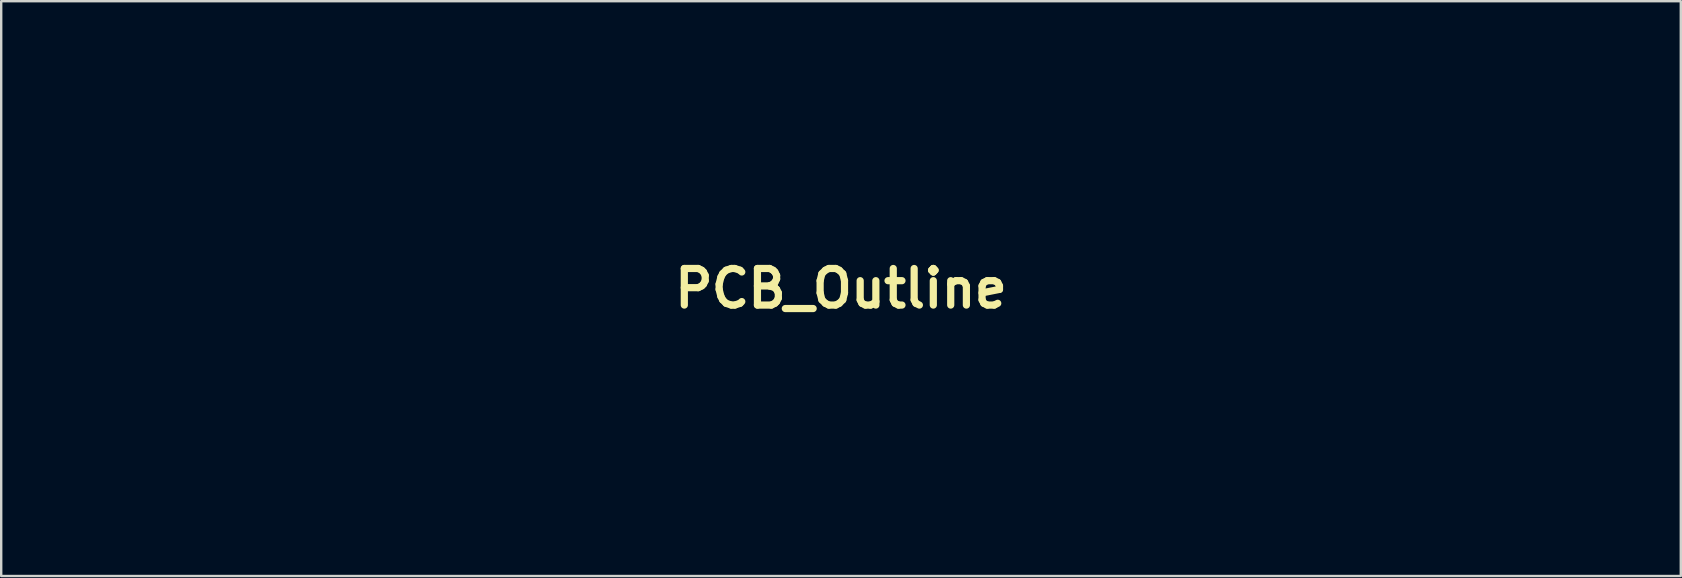
<source format=kicad_pcb>
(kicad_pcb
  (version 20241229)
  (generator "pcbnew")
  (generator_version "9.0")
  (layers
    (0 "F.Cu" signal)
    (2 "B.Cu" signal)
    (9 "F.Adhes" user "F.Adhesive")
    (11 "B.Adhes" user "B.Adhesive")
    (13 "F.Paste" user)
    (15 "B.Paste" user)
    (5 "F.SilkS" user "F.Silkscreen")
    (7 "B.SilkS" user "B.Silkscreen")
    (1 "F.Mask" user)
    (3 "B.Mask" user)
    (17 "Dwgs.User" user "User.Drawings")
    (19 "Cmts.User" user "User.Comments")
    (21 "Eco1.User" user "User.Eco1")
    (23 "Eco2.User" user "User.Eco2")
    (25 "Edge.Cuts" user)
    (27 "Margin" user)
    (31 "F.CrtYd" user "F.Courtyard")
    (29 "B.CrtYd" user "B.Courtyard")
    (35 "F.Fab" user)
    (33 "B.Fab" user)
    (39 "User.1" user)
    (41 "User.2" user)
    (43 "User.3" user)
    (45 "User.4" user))
  (footprint "PCB_Outline"
    (layer "F.Cu")
    (at 32.003 8.975)
    (property "Reference" "PCB_Outline" (at 0 0 0) (layer "F.SilkS") (effects (font (size 1.524 1.524) (thickness 0.3))))
    (attr through_hole)
    (fp_poly (pts (xy 30.796 -8.861) (xy 31.143 -8.658) (xy 31.442 -8.399) (xy 31.686 -8.094) (xy 31.867 -7.75) (xy 31.902 -7.657) (xy 31.996 -7.386) (xy 31.986 0.046) (xy 31.976 7.479) (xy 31.83 7.785) (xy 31.621 8.133) (xy 31.352 8.436) (xy 31.032 8.684) (xy 30.67 8.869) (xy 30.638 8.882) (xy 30.405 8.97) (xy 0.118 8.976) (xy -1.793 8.976) (xy -3.65 8.976) (xy -5.452 8.977) (xy -7.2 8.977) (xy -8.891 8.976) (xy -10.526 8.976) (xy -12.102 8.976) (xy -13.62 8.975) (xy -15.078 8.975) (xy -16.476 8.974) (xy -17.812 8.974) (xy -19.086 8.973) (xy -20.296 8.972) (xy -21.443 8.971) (xy -22.525 8.97) (xy -23.541 8.969) (xy -24.49 8.967) (xy -25.372 8.966) (xy -26.185 8.964) (xy -26.929 8.963) (xy -27.602 8.961) (xy -28.205 8.96) (xy -28.735 8.958) (xy -29.193 8.956) (xy -29.577 8.954) (xy -29.886 8.952) (xy -30.119 8.95) (xy -30.277 8.947) (xy -30.356 8.945) (xy -30.366 8.944) (xy -30.704 8.842) (xy -31.023 8.672) (xy -31.313 8.445) (xy -31.563 8.171) (xy -31.763 7.862) (xy -31.903 7.527) (xy -31.953 7.324) (xy -31.958 7.256) (xy -31.963 7.113) (xy -31.966 6.988) (xy -30.15 6.988) (xy -30.15 7.459) (xy -29.208 7.459) (xy -29.208 6.988) (xy -24.693 6.988) (xy -24.693 7.459) (xy -22.77 7.459) (xy -22.77 7.223) (xy -18.844 7.223) (xy -18.844 7.93) (xy -18.137 7.93) (xy -18.137 7.223) (xy -16.292 7.223) (xy -16.292 7.93) (xy -15.585 7.93) (xy -15.585 7.223) (xy -13.74 7.223) (xy -13.74 7.93) (xy -13.034 7.93) (xy -13.034 7.223) (xy -11.228 7.223) (xy -11.228 7.93) (xy -10.521 7.93) (xy -10.521 7.223) (xy -8.676 7.223) (xy -8.676 7.93) (xy -7.969 7.93) (xy -7.969 7.223) (xy -6.164 7.223) (xy -6.164 7.93) (xy -5.418 7.93) (xy -5.418 7.223) (xy -3.612 7.223) (xy -3.612 7.93) (xy -2.905 7.93) (xy -2.905 7.223) (xy -1.06 7.223) (xy -1.06 7.93) (xy -0.353 7.93) (xy -0.353 7.223) (xy 1.453 7.223) (xy 1.453 7.93) (xy 2.159 7.93) (xy 2.159 7.223) (xy 4.004 7.223) (xy 4.004 7.93) (xy 4.711 7.93) (xy 4.711 7.223) (xy 6.556 7.223) (xy 6.556 7.93) (xy 7.263 7.93) (xy 7.263 7.223) (xy 9.069 7.223) (xy 9.069 7.93) (xy 9.775 7.93) (xy 9.775 7.223) (xy 11.62 7.223) (xy 11.62 7.93) (xy 12.327 7.93) (xy 12.327 7.223) (xy 14.172 7.223) (xy 14.172 7.93) (xy 14.879 7.93) (xy 14.879 7.223) (xy 16.685 7.223) (xy 16.685 7.93) (xy 17.391 7.93) (xy 17.391 7.223) (xy 16.685 7.223) (xy 14.879 7.223) (xy 14.172 7.223) (xy 12.327 7.223) (xy 11.62 7.223) (xy 9.775 7.223) (xy 9.069 7.223) (xy 7.263 7.223) (xy 6.556 7.223) (xy 4.711 7.223) (xy 4.004 7.223) (xy 2.159 7.223) (xy 1.453 7.223) (xy -0.353 7.223) (xy -1.06 7.223) (xy -2.905 7.223) (xy -3.612 7.223) (xy -5.418 7.223) (xy -6.164 7.223) (xy -7.969 7.223) (xy -8.676 7.223) (xy -10.521 7.223) (xy -11.228 7.223) (xy -13.034 7.223) (xy -13.74 7.223) (xy -15.585 7.223) (xy -16.292 7.223) (xy -18.137 7.223) (xy -18.844 7.223) (xy -22.77 7.223) (xy -22.77 6.988) (xy 22.77 6.988) (xy 22.77 7.459) (xy 24.733 7.459) (xy 24.733 6.988) (xy 29.247 6.988) (xy 29.247 7.459) (xy 30.189 7.459) (xy 30.189 6.988) (xy 29.247 6.988) (xy 24.733 6.988) (xy 22.77 6.988) (xy -22.77 6.988) (xy -24.693 6.988) (xy -29.208 6.988) (xy -30.15 6.988) (xy -31.966 6.988) (xy -31.968 6.902) (xy -31.972 6.627) (xy -31.976 6.293) (xy -31.98 5.904) (xy -31.983 5.466) (xy -31.986 4.984) (xy -31.987 4.868) (xy -11.228 4.868) (xy -11.228 5.575) (xy -10.521 5.575) (xy -10.521 4.868) (xy -8.676 4.868) (xy -8.676 5.575) (xy -7.969 5.575) (xy -7.969 4.868) (xy -6.164 4.868) (xy -6.164 5.575) (xy -5.418 5.575) (xy -5.418 4.868) (xy -3.612 4.868) (xy -3.612 5.575) (xy -2.905 5.575) (xy -2.905 4.868) (xy -1.06 4.868) (xy -1.06 5.575) (xy -0.353 5.575) (xy -0.353 4.868) (xy -1.06 4.868) (xy -2.905 4.868) (xy -3.612 4.868) (xy -5.418 4.868) (xy -6.164 4.868) (xy -7.969 4.868) (xy -8.676 4.868) (xy -10.521 4.868) (xy -11.228 4.868) (xy -31.987 4.868) (xy -31.989 4.462) (xy -31.991 3.904) (xy -31.993 3.317) (xy -31.995 2.705) (xy -31.995 2.316) (xy -11.228 2.316) (xy -11.228 3.023) (xy -10.521 3.023) (xy -10.521 2.316) (xy -8.676 2.316) (xy -8.676 3.023) (xy -7.969 3.023) (xy -7.969 2.316) (xy -6.164 2.316) (xy -6.164 3.023) (xy -5.418 3.023) (xy -5.418 2.316) (xy -3.612 2.316) (xy -3.612 3.023) (xy -2.905 3.023) (xy -2.905 2.316) (xy -1.06 2.316) (xy -1.06 3.023) (xy -0.353 3.023) (xy -0.353 2.316) (xy -1.06 2.316) (xy -2.905 2.316) (xy -3.612 2.316) (xy -5.418 2.316) (xy -6.164 2.316) (xy -7.969 2.316) (xy -8.676 2.316) (xy -10.521 2.316) (xy -11.228 2.316) (xy -31.995 2.316) (xy -31.996 2.073) (xy -31.997 1.425) (xy -31.997 0.766) (xy -31.998 0.102) (xy -31.997 -0.563) (xy -31.997 -1.224) (xy -31.996 -1.876) (xy -31.995 -2.515) (xy -31.994 -3.135) (xy -31.992 -3.732) (xy -31.99 -4.301) (xy -31.987 -4.836) (xy -31.984 -5.334) (xy -31.981 -5.788) (xy -31.978 -6.196) (xy -31.974 -6.55) (xy -31.97 -6.848) (xy -31.965 -7.083) (xy -31.96 -7.251) (xy -31.955 -7.347) (xy -31.953 -7.364) (xy -31.914 -7.498) (xy -30.15 -7.498) (xy -30.15 -7.027) (xy -29.208 -7.027) (xy -29.208 -7.498) (xy -24.693 -7.498) (xy -24.693 -7.027) (xy -22.77 -7.027) (xy -22.77 -7.498) (xy -24.693 -7.498) (xy -29.208 -7.498) (xy -30.15 -7.498) (xy -31.914 -7.498) (xy -31.849 -7.722) (xy -31.702 -8.009) (xy -18.844 -8.009) (xy -18.844 -7.263) (xy -18.137 -7.263) (xy -18.137 -8.009) (xy -16.292 -8.009) (xy -16.292 -7.263) (xy -15.585 -7.263) (xy -15.585 -8.009) (xy -13.74 -8.009) (xy -13.74 -7.263) (xy -13.034 -7.263) (xy -13.034 -8.009) (xy -11.228 -8.009) (xy -11.228 -7.263) (xy -10.521 -7.263) (xy -10.521 -8.009) (xy -8.676 -8.009) (xy -8.676 -7.263) (xy -7.969 -7.263) (xy -7.969 -8.009) (xy -6.164 -8.009) (xy -6.164 -7.263) (xy -5.418 -7.263) (xy -5.418 -8.009) (xy -3.612 -8.009) (xy -3.612 -7.263) (xy -2.905 -7.263) (xy -2.905 -8.009) (xy -1.06 -8.009) (xy -1.06 -7.263) (xy -0.353 -7.263) (xy -0.353 -8.009) (xy 1.453 -8.009) (xy 1.453 -7.263) (xy 2.159 -7.263) (xy 2.159 -8.009) (xy 4.004 -8.009) (xy 4.004 -7.263) (xy 4.711 -7.263) (xy 4.711 -8.009) (xy 6.556 -8.009) (xy 6.556 -7.263) (xy 7.263 -7.263) (xy 7.263 -8.009) (xy 9.069 -8.009) (xy 9.069 -7.263) (xy 9.775 -7.263) (xy 9.775 -8.009) (xy 11.62 -8.009) (xy 11.62 -7.263) (xy 12.327 -7.263) (xy 12.327 -8.009) (xy 14.172 -8.009) (xy 14.172 -7.263) (xy 14.879 -7.263) (xy 14.879 -8.009) (xy 16.685 -8.009) (xy 16.685 -7.263) (xy 17.391 -7.263) (xy 17.391 -7.498) (xy 22.77 -7.498) (xy 22.77 -7.027) (xy 24.733 -7.027) (xy 24.733 -7.498) (xy 29.247 -7.498) (xy 29.247 -7.027) (xy 30.189 -7.027) (xy 30.189 -7.498) (xy 29.247 -7.498) (xy 24.733 -7.498) (xy 22.77 -7.498) (xy 17.391 -7.498) (xy 17.391 -8.009) (xy 16.685 -8.009) (xy 14.879 -8.009) (xy 14.172 -8.009) (xy 12.327 -8.009) (xy 11.62 -8.009) (xy 9.775 -8.009) (xy 9.069 -8.009) (xy 7.263 -8.009) (xy 6.556 -8.009) (xy 4.711 -8.009) (xy 4.004 -8.009) (xy 2.159 -8.009) (xy 1.453 -8.009) (xy -0.353 -8.009) (xy -1.06 -8.009) (xy -2.905 -8.009) (xy -3.612 -8.009) (xy -5.418 -8.009) (xy -6.164 -8.009) (xy -7.969 -8.009) (xy -8.676 -8.009) (xy -10.521 -8.009) (xy -11.228 -8.009) (xy -13.034 -8.009) (xy -13.74 -8.009) (xy -15.585 -8.009) (xy -16.292 -8.009) (xy -18.137 -8.009) (xy -18.844 -8.009) (xy -31.702 -8.009) (xy -31.677 -8.058) (xy -31.444 -8.36) (xy -31.159 -8.618) (xy -30.835 -8.818) (xy -30.527 -8.97) (xy 30.562 -8.97) (xy 30.796 -8.861)) (stroke (width 0.01) (type solid)) (fill no) (layer "Eco1.User")))
  (gr_rect
    (start -3 -3)
    (end 67.004 20.957)
    (stroke (width 0.1) (type default))
    (fill no)
    (layer "Edge.Cuts")))
</source>
